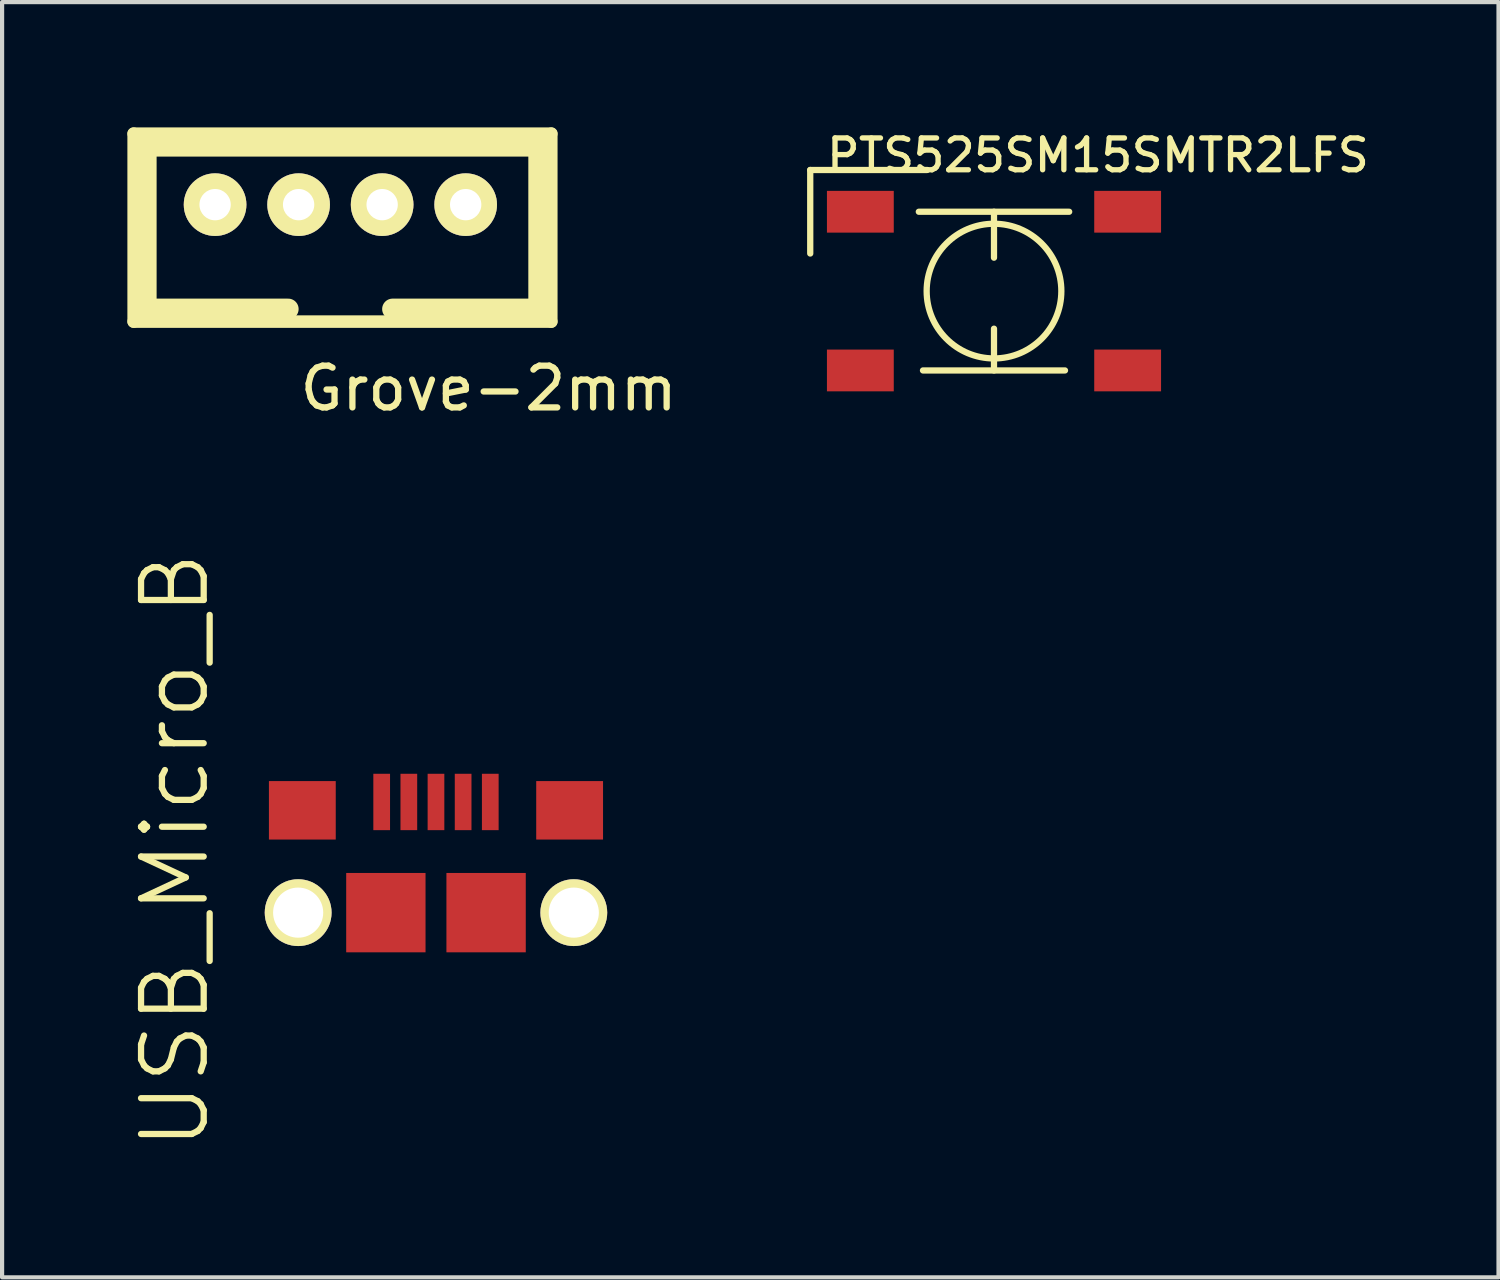
<source format=kicad_pcb>
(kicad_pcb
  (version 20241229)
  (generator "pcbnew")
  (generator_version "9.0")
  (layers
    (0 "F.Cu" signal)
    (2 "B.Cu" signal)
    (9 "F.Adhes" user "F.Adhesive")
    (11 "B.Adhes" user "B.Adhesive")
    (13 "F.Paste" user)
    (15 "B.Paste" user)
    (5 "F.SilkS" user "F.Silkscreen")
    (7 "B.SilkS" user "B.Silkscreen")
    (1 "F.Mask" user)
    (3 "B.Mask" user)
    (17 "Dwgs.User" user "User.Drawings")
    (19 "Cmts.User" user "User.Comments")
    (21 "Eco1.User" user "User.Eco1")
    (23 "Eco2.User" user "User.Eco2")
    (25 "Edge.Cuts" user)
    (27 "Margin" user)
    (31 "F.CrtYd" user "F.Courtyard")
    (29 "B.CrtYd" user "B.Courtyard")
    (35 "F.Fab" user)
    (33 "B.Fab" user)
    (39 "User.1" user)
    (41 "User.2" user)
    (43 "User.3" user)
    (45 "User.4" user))
  (footprint "USB_Micro_B"
    (layer "F.Cu")
    (at 7.389 18.802)
    (property "Reference" "USB_Micro_B" (at -6.248 -1.486 90) (layer "F.SilkS") (effects (font (size 1.5 1.5) (thickness 0.15))))
    (attr through_hole)
    (fp_line (start -5 -5) (end 5 -5) (stroke (width 0.15) (type solid)) (layer "Eco1.User"))
    (fp_line (start -5 1.45) (end -5 -5) (stroke (width 0.15) (type solid)) (layer "Eco1.User"))
    (fp_line (start -5 1.45) (end 5 1.45) (stroke (width 0.15) (type solid)) (layer "Eco1.User"))
    (fp_line (start 5 -5) (end 5 1.45) (stroke (width 0.15) (type solid)) (layer "Eco1.User"))
    (pad "" np_thru_hole circle (at -3.3 0) (size 1.6 1.6) (drill 1.2) (layers "*.Cu" "*.Mask" "F.SilkS"))
    (pad "" np_thru_hole oval (at 3.3 0) (size 1.6 1.6) (drill 1.2) (layers "*.Cu" "*.Mask" "F.SilkS"))
    (pad "1" smd rect (at -1.3 -2.65) (size 0.4 1.35) (layers "F.Cu" "F.Mask" "F.Paste"))
    (pad "2" smd rect (at -0.65 -2.65) (size 0.4 1.35) (layers "F.Cu" "F.Mask" "F.Paste"))
    (pad "3" smd rect (at 0 -2.65) (size 0.4 1.35) (layers "F.Cu" "F.Mask" "F.Paste"))
    (pad "4" smd rect (at 0.65 -2.65) (size 0.4 1.35) (layers "F.Cu" "F.Mask" "F.Paste"))
    (pad "5" smd rect (at 1.3 -2.65) (size 0.4 1.35) (layers "F.Cu" "F.Mask" "F.Paste"))
    (pad "6" smd rect (at -3.2 -2.45) (size 1.6 1.4) (layers "F.Cu" "F.Mask" "F.Paste"))
    (pad "7" smd rect (at 3.2 -2.45) (size 1.6 1.4) (layers "F.Cu" "F.Mask" "F.Paste"))
    (pad "8" smd rect (at -1.2 0) (size 1.9 1.9) (layers "F.Cu" "F.Mask" "F.Paste"))
    (pad "9" smd rect (at 1.2 0) (size 1.9 1.9) (layers "F.Cu" "F.Mask" "F.Paste")))
  (footprint "Grove-2mm"
    (layer "F.Cu")
    (at 2.05 1.85)
    (property "Reference" "Grove-2mm" (at 6.6 4.4 0) (layer "F.SilkS") (effects (font (size 1 1) (thickness 0.15))))
    (attr through_hole)
    (fp_line (start -1.9 -1.7) (end 8.1 -1.7) (stroke (width 0.3) (type solid)) (layer "F.SilkS"))
    (fp_line (start -1.9 2.8) (end -1.9 -1.7) (stroke (width 0.3) (type solid)) (layer "F.SilkS"))
    (fp_line (start -1.6 -1.4) (end 7.8 -1.4) (stroke (width 0.5) (type solid)) (layer "F.SilkS"))
    (fp_line (start -1.6 2.5) (end -1.6 -1.4) (stroke (width 0.5) (type solid)) (layer "F.SilkS"))
    (fp_line (start 1.8 2.5) (end -1.6 2.5) (stroke (width 0.5) (type solid)) (layer "F.SilkS"))
    (fp_line (start 7.8 -1.4) (end 7.8 2.5) (stroke (width 0.5) (type solid)) (layer "F.SilkS"))
    (fp_line (start 7.8 2.5) (end 4.3 2.5) (stroke (width 0.5) (type solid)) (layer "F.SilkS"))
    (fp_line (start 8.1 -1.7) (end 8.1 2.8) (stroke (width 0.3) (type solid)) (layer "F.SilkS"))
    (fp_line (start 8.1 2.8) (end -1.9 2.8) (stroke (width 0.3) (type solid)) (layer "F.SilkS"))
    (pad "1" thru_hole circle (at 0.05 0) (size 1.5 1.5) (drill 0.75) (layers "*.Cu" "*.Mask" "F.SilkS"))
    (pad "2" thru_hole circle (at 2.05 0) (size 1.5 1.5) (drill 0.75) (layers "*.Cu" "*.Mask" "F.SilkS"))
    (pad "3" thru_hole circle (at 4.05 0) (size 1.5 1.5) (drill 0.75) (layers "*.Cu" "*.Mask" "F.SilkS"))
    (pad "4" thru_hole circle (at 6.05 0) (size 1.5 1.5) (drill 0.75) (layers "*.Cu" "*.Mask" "F.SilkS")))
  (footprint "PTS525SM15SMTR2LFS"
    (layer "F.Cu")
    (at 20.75 3.92)
    (property "Reference" "PTS525SM15SMTR2LFS" (at 2.489 -3.251 0) (layer "F.SilkS") (effects (font (size 0.762 0.762) (thickness 0.127))))
    (attr through_hole)
    (fp_line (start -4.4 -2.9) (end -4.4 -0.9) (stroke (width 0.15) (type solid)) (layer "F.SilkS"))
    (fp_line (start -1.8 -1.9) (end 1.8 -1.9) (stroke (width 0.15) (type solid)) (layer "F.SilkS"))
    (fp_line (start -1.7 1.9) (end 1.7 1.9) (stroke (width 0.15) (type solid)) (layer "F.SilkS"))
    (fp_line (start -1.6 -2.9) (end -4.4 -2.9) (stroke (width 0.15) (type solid)) (layer "F.SilkS"))
    (fp_line (start 0 -1.9) (end 0 -0.8) (stroke (width 0.15) (type solid)) (layer "F.SilkS"))
    (fp_line (start 0 1.9) (end 0 0.9) (stroke (width 0.15) (type solid)) (layer "F.SilkS"))
    (fp_circle (center 0 0) (end 1.6 0.2) (stroke (width 0.15) (type solid)) (fill no) (layer "F.SilkS"))
    (pad "1" smd rect (at -3.2 -1.9) (size 1.6 1) (layers "F.Cu" "F.Mask" "F.Paste"))
    (pad "1" smd rect (at 3.2 -1.9) (size 1.6 1) (layers "F.Cu" "F.Mask" "F.Paste"))
    (pad "2" smd rect (at -3.2 1.9) (size 1.6 1) (layers "F.Cu" "F.Mask" "F.Paste"))
    (pad "2" smd rect (at 3.2 1.9) (size 1.6 1) (layers "F.Cu" "F.Mask" "F.Paste")))
  (gr_rect
    (start -3 -3)
    (end 32.83 27.534)
    (stroke (width 0.1) (type default))
    (fill no)
    (layer "Edge.Cuts")))
</source>
